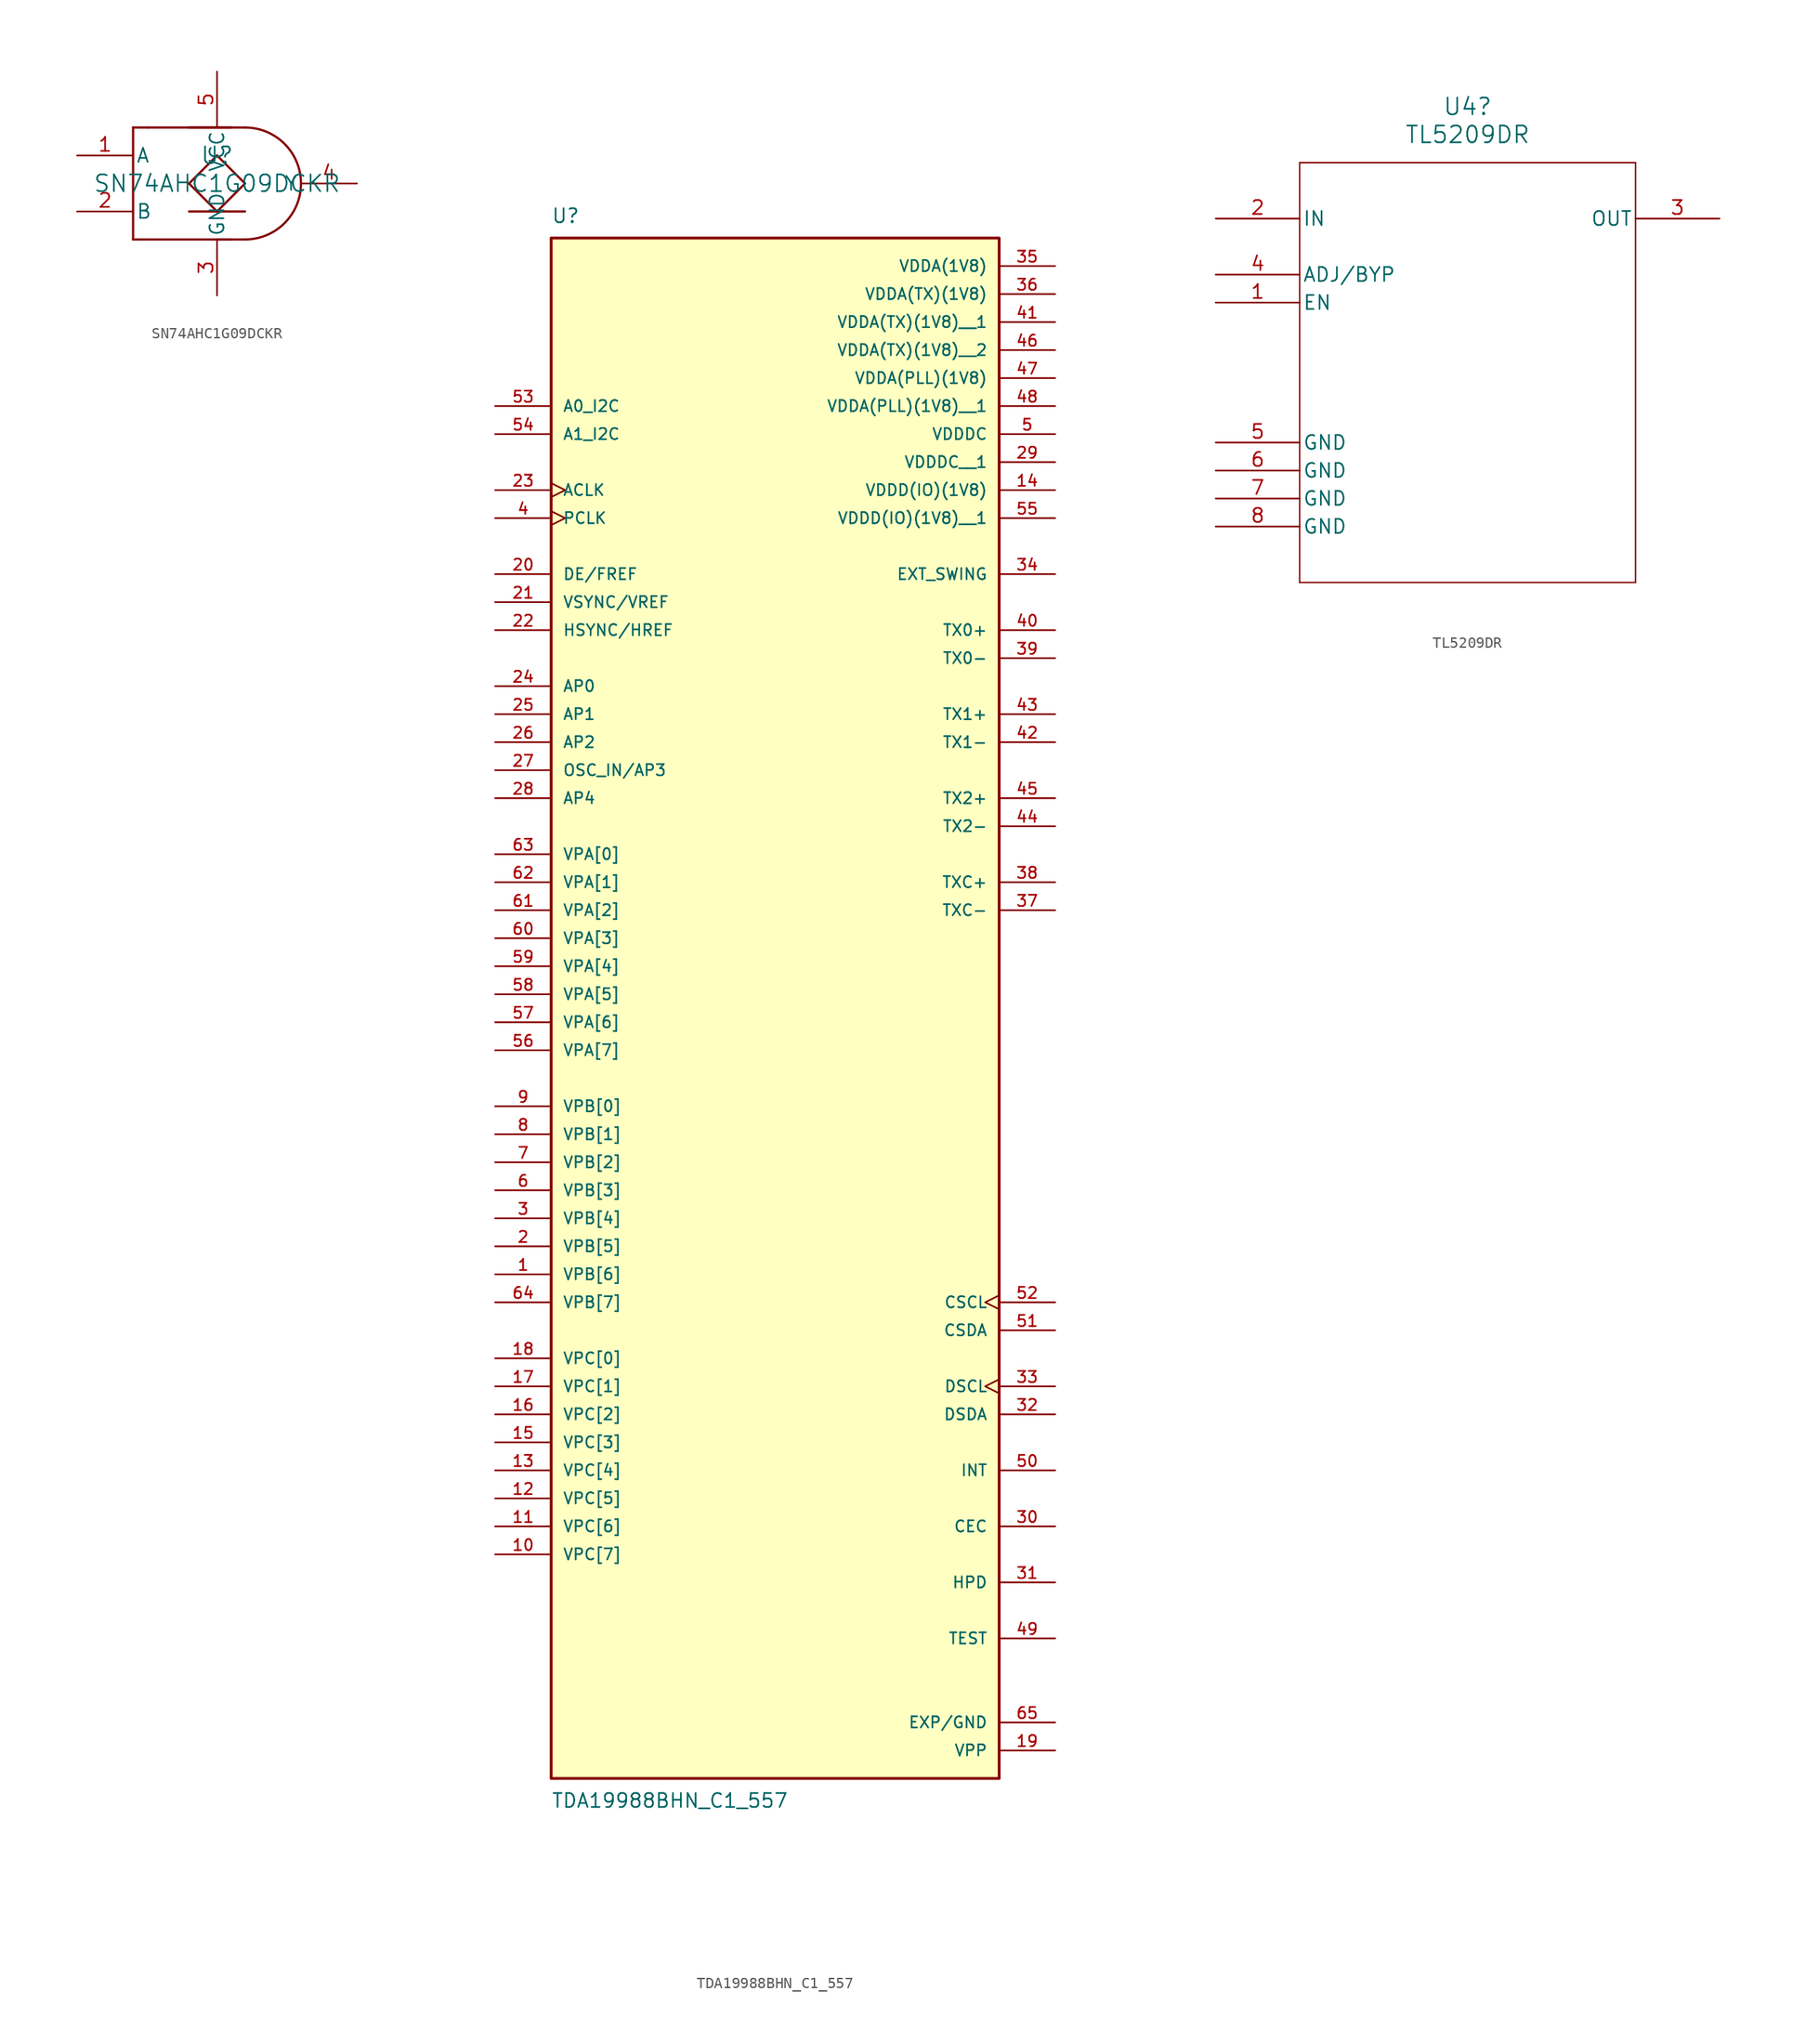
<source format=kicad_sym>
(kicad_symbol_lib
  (version 20231120)
  (generator "kicad_symbol_editor")
  (generator_version "8.0")
  (symbol "SN74AHC1G09DCKR"
    (pin_names
      (offset 0.254))
    (property "Reference" "U"
      (at 0 2.54 0)
      (effects (font (size 1.524 1.524))))
    (property "Value" "SN74AHC1G09DCKR"
      (at 0 0 0)
      (effects (font (size 1.524 1.524))))
    (property "ki_locked" ""
      (at 0 0 0)
      (effects (font (size 1.27 1.27))))
    (symbol "SN74AHC1G09DCKR_0_1"
      (polyline (pts (xy -7.62 -5.08) (xy -7.62 5.08)) (stroke (width 0.203) (type default)) (fill (type none)))
      (polyline (pts (xy -7.62 5.08) (xy -6.35 5.08)) (stroke (width 0.203) (type default)) (fill (type none)))
      (polyline (pts (xy -6.35 -5.08) (xy -7.62 -5.08)) (stroke (width 0.203) (type default)) (fill (type none)))
      (polyline (pts (xy -6.35 -5.08) (xy 1.27 -5.08)) (stroke (width 0.203) (type default)) (fill (type none)))
      (polyline (pts (xy -6.35 5.08) (xy 1.27 5.08)) (stroke (width 0.203) (type default)) (fill (type none)))
      (polyline (pts (xy -2.54 -2.54) (xy 2.54 -2.54)) (stroke (width 0.203) (type default)) (fill (type none)))
      (polyline (pts (xy -2.54 0) (xy 0 2.54)) (stroke (width 0.203) (type default)) (fill (type none)))
      (polyline (pts (xy 0 -2.54) (xy -2.54 0)) (stroke (width 0.203) (type default)) (fill (type none)))
      (polyline (pts (xy 0 2.54) (xy 2.54 0)) (stroke (width 0.203) (type default)) (fill (type none)))
      (polyline (pts (xy 2.54 -5.08) (xy 0 -5.08)) (stroke (width 0.203) (type default)) (fill (type none)))
      (polyline (pts (xy 2.54 0) (xy 0 -2.54)) (stroke (width 0.203) (type default)) (fill (type none)))
      (polyline (pts (xy 2.54 5.08) (xy -2.54 5.08)) (stroke (width 0.203) (type default)) (fill (type none)))
      (arc (start 2.54 -5.08) (mid 7.5978 0) (end 2.54 5.08) (stroke (width 0.2032) (type default)) (fill (type none)))
      (pin input line (at -12.7 2.54 0) (length 5.08) (name "A" (effects (font (size 1.27 1.27)))) (number "1" (effects (font (size 1.27 1.27)))))
      (pin input line (at -12.7 -2.54 0) (length 5.08) (name "B" (effects (font (size 1.27 1.27)))) (number "2" (effects (font (size 1.27 1.27)))))
      (pin power_in line (at 0 -10.16 90) (length 5.08) (name "GND" (effects (font (size 1.27 1.27)))) (number "3" (effects (font (size 1.27 1.27)))))
      (pin open_collector line (at 12.7 0 180) (length 5.08) (name "Y" (effects (font (size 1.27 1.27)))) (number "4" (effects (font (size 1.27 1.27)))))
      (pin power_in line (at 0 10.16 270) (length 5.08) (name "VCC" (effects (font (size 1.27 1.27)))) (number "5" (effects (font (size 1.27 1.27)))))))
  (symbol "TDA19988BHN_C1_557"
    (pin_names
      (offset 1.016))
    (property "Reference" "U"
      (at -20.32 64.77 0)
      (effects (font (size 1.27 1.27)) (justify left bottom)))
    (property "Value" "TDA19988BHN_C1_557"
      (at -20.32 -77.47 0)
      (effects (font (size 1.27 1.27)) (justify left top)))
    (symbol "TDA19988BHN_C1_557_0_0"
      (rectangle (start -20.32 -76.2) (end 20.32 63.5) (stroke (width 0.254) (type default)) (fill (type background)))
      (pin input line (at -25.4 -30.48 0) (length 5.08) (name "VPB[6]" (effects (font (size 1.016 1.016)))) (number "1" (effects (font (size 1.016 1.016)))))
      (pin input line (at -25.4 -55.88 0) (length 5.08) (name "VPC[7]" (effects (font (size 1.016 1.016)))) (number "10" (effects (font (size 1.016 1.016)))))
      (pin input line (at -25.4 -53.34 0) (length 5.08) (name "VPC[6]" (effects (font (size 1.016 1.016)))) (number "11" (effects (font (size 1.016 1.016)))))
      (pin input line (at -25.4 -50.8 0) (length 5.08) (name "VPC[5]" (effects (font (size 1.016 1.016)))) (number "12" (effects (font (size 1.016 1.016)))))
      (pin input line (at -25.4 -48.26 0) (length 5.08) (name "VPC[4]" (effects (font (size 1.016 1.016)))) (number "13" (effects (font (size 1.016 1.016)))))
      (pin power_in line (at 25.4 40.64 180) (length 5.08) (name "VDDD(IO)(1V8)" (effects (font (size 1.016 1.016)))) (number "14" (effects (font (size 1.016 1.016)))))
      (pin input line (at -25.4 -45.72 0) (length 5.08) (name "VPC[3]" (effects (font (size 1.016 1.016)))) (number "15" (effects (font (size 1.016 1.016)))))
      (pin input line (at -25.4 -43.18 0) (length 5.08) (name "VPC[2]" (effects (font (size 1.016 1.016)))) (number "16" (effects (font (size 1.016 1.016)))))
      (pin input line (at -25.4 -40.64 0) (length 5.08) (name "VPC[1]" (effects (font (size 1.016 1.016)))) (number "17" (effects (font (size 1.016 1.016)))))
      (pin input line (at -25.4 -38.1 0) (length 5.08) (name "VPC[0]" (effects (font (size 1.016 1.016)))) (number "18" (effects (font (size 1.016 1.016)))))
      (pin power_in line (at 25.4 -73.66 180) (length 5.08) (name "VPP" (effects (font (size 1.016 1.016)))) (number "19" (effects (font (size 1.016 1.016)))))
      (pin input line (at -25.4 -27.94 0) (length 5.08) (name "VPB[5]" (effects (font (size 1.016 1.016)))) (number "2" (effects (font (size 1.016 1.016)))))
      (pin input line (at -25.4 33.02 0) (length 5.08) (name "DE/FREF" (effects (font (size 1.016 1.016)))) (number "20" (effects (font (size 1.016 1.016)))))
      (pin input line (at -25.4 30.48 0) (length 5.08) (name "VSYNC/VREF" (effects (font (size 1.016 1.016)))) (number "21" (effects (font (size 1.016 1.016)))))
      (pin input line (at -25.4 27.94 0) (length 5.08) (name "HSYNC/HREF" (effects (font (size 1.016 1.016)))) (number "22" (effects (font (size 1.016 1.016)))))
      (pin input clock (at -25.4 40.64 0) (length 5.08) (name "ACLK" (effects (font (size 1.016 1.016)))) (number "23" (effects (font (size 1.016 1.016)))))
      (pin input line (at -25.4 22.86 0) (length 5.08) (name "AP0" (effects (font (size 1.016 1.016)))) (number "24" (effects (font (size 1.016 1.016)))))
      (pin input line (at -25.4 20.32 0) (length 5.08) (name "AP1" (effects (font (size 1.016 1.016)))) (number "25" (effects (font (size 1.016 1.016)))))
      (pin input line (at -25.4 17.78 0) (length 5.08) (name "AP2" (effects (font (size 1.016 1.016)))) (number "26" (effects (font (size 1.016 1.016)))))
      (pin input line (at -25.4 15.24 0) (length 5.08) (name "OSC_IN/AP3" (effects (font (size 1.016 1.016)))) (number "27" (effects (font (size 1.016 1.016)))))
      (pin input line (at -25.4 12.7 0) (length 5.08) (name "AP4" (effects (font (size 1.016 1.016)))) (number "28" (effects (font (size 1.016 1.016)))))
      (pin power_in line (at 25.4 43.18 180) (length 5.08) (name "VDDDC__1" (effects (font (size 1.016 1.016)))) (number "29" (effects (font (size 1.016 1.016)))))
      (pin input line (at -25.4 -25.4 0) (length 5.08) (name "VPB[4]" (effects (font (size 1.016 1.016)))) (number "3" (effects (font (size 1.016 1.016)))))
      (pin bidirectional line (at 25.4 -53.34 180) (length 5.08) (name "CEC" (effects (font (size 1.016 1.016)))) (number "30" (effects (font (size 1.016 1.016)))))
      (pin bidirectional line (at 25.4 -58.42 180) (length 5.08) (name "HPD" (effects (font (size 1.016 1.016)))) (number "31" (effects (font (size 1.016 1.016)))))
      (pin bidirectional line (at 25.4 -43.18 180) (length 5.08) (name "DSDA" (effects (font (size 1.016 1.016)))) (number "32" (effects (font (size 1.016 1.016)))))
      (pin input clock (at 25.4 -40.64 180) (length 5.08) (name "DSCL" (effects (font (size 1.016 1.016)))) (number "33" (effects (font (size 1.016 1.016)))))
      (pin output line (at 25.4 33.02 180) (length 5.08) (name "EXT_SWING" (effects (font (size 1.016 1.016)))) (number "34" (effects (font (size 1.016 1.016)))))
      (pin power_in line (at 25.4 60.96 180) (length 5.08) (name "VDDA(1V8)" (effects (font (size 1.016 1.016)))) (number "35" (effects (font (size 1.016 1.016)))))
      (pin power_in line (at 25.4 58.42 180) (length 5.08) (name "VDDA(TX)(1V8)" (effects (font (size 1.016 1.016)))) (number "36" (effects (font (size 1.016 1.016)))))
      (pin output line (at 25.4 2.54 180) (length 5.08) (name "TXC-" (effects (font (size 1.016 1.016)))) (number "37" (effects (font (size 1.016 1.016)))))
      (pin output line (at 25.4 5.08 180) (length 5.08) (name "TXC+" (effects (font (size 1.016 1.016)))) (number "38" (effects (font (size 1.016 1.016)))))
      (pin output line (at 25.4 25.4 180) (length 5.08) (name "TX0-" (effects (font (size 1.016 1.016)))) (number "39" (effects (font (size 1.016 1.016)))))
      (pin input clock (at -25.4 38.1 0) (length 5.08) (name "PCLK" (effects (font (size 1.016 1.016)))) (number "4" (effects (font (size 1.016 1.016)))))
      (pin output line (at 25.4 27.94 180) (length 5.08) (name "TX0+" (effects (font (size 1.016 1.016)))) (number "40" (effects (font (size 1.016 1.016)))))
      (pin power_in line (at 25.4 55.88 180) (length 5.08) (name "VDDA(TX)(1V8)__1" (effects (font (size 1.016 1.016)))) (number "41" (effects (font (size 1.016 1.016)))))
      (pin output line (at 25.4 17.78 180) (length 5.08) (name "TX1-" (effects (font (size 1.016 1.016)))) (number "42" (effects (font (size 1.016 1.016)))))
      (pin output line (at 25.4 20.32 180) (length 5.08) (name "TX1+" (effects (font (size 1.016 1.016)))) (number "43" (effects (font (size 1.016 1.016)))))
      (pin output line (at 25.4 10.16 180) (length 5.08) (name "TX2-" (effects (font (size 1.016 1.016)))) (number "44" (effects (font (size 1.016 1.016)))))
      (pin output line (at 25.4 12.7 180) (length 5.08) (name "TX2+" (effects (font (size 1.016 1.016)))) (number "45" (effects (font (size 1.016 1.016)))))
      (pin power_in line (at 25.4 53.34 180) (length 5.08) (name "VDDA(TX)(1V8)__2" (effects (font (size 1.016 1.016)))) (number "46" (effects (font (size 1.016 1.016)))))
      (pin power_in line (at 25.4 50.8 180) (length 5.08) (name "VDDA(PLL)(1V8)" (effects (font (size 1.016 1.016)))) (number "47" (effects (font (size 1.016 1.016)))))
      (pin power_in line (at 25.4 48.26 180) (length 5.08) (name "VDDA(PLL)(1V8)__1" (effects (font (size 1.016 1.016)))) (number "48" (effects (font (size 1.016 1.016)))))
      (pin bidirectional line (at 25.4 -63.5 180) (length 5.08) (name "TEST" (effects (font (size 1.016 1.016)))) (number "49" (effects (font (size 1.016 1.016)))))
      (pin power_in line (at 25.4 45.72 180) (length 5.08) (name "VDDDC" (effects (font (size 1.016 1.016)))) (number "5" (effects (font (size 1.016 1.016)))))
      (pin bidirectional line (at 25.4 -48.26 180) (length 5.08) (name "INT" (effects (font (size 1.016 1.016)))) (number "50" (effects (font (size 1.016 1.016)))))
      (pin bidirectional line (at 25.4 -35.56 180) (length 5.08) (name "CSDA" (effects (font (size 1.016 1.016)))) (number "51" (effects (font (size 1.016 1.016)))))
      (pin input clock (at 25.4 -33.02 180) (length 5.08) (name "CSCL" (effects (font (size 1.016 1.016)))) (number "52" (effects (font (size 1.016 1.016)))))
      (pin input line (at -25.4 48.26 0) (length 5.08) (name "A0_I2C" (effects (font (size 1.016 1.016)))) (number "53" (effects (font (size 1.016 1.016)))))
      (pin input line (at -25.4 45.72 0) (length 5.08) (name "A1_I2C" (effects (font (size 1.016 1.016)))) (number "54" (effects (font (size 1.016 1.016)))))
      (pin power_in line (at 25.4 38.1 180) (length 5.08) (name "VDDD(IO)(1V8)__1" (effects (font (size 1.016 1.016)))) (number "55" (effects (font (size 1.016 1.016)))))
      (pin input line (at -25.4 -10.16 0) (length 5.08) (name "VPA[7]" (effects (font (size 1.016 1.016)))) (number "56" (effects (font (size 1.016 1.016)))))
      (pin input line (at -25.4 -7.62 0) (length 5.08) (name "VPA[6]" (effects (font (size 1.016 1.016)))) (number "57" (effects (font (size 1.016 1.016)))))
      (pin input line (at -25.4 -5.08 0) (length 5.08) (name "VPA[5]" (effects (font (size 1.016 1.016)))) (number "58" (effects (font (size 1.016 1.016)))))
      (pin input line (at -25.4 -2.54 0) (length 5.08) (name "VPA[4]" (effects (font (size 1.016 1.016)))) (number "59" (effects (font (size 1.016 1.016)))))
      (pin input line (at -25.4 -22.86 0) (length 5.08) (name "VPB[3]" (effects (font (size 1.016 1.016)))) (number "6" (effects (font (size 1.016 1.016)))))
      (pin input line (at -25.4 0 0) (length 5.08) (name "VPA[3]" (effects (font (size 1.016 1.016)))) (number "60" (effects (font (size 1.016 1.016)))))
      (pin input line (at -25.4 2.54 0) (length 5.08) (name "VPA[2]" (effects (font (size 1.016 1.016)))) (number "61" (effects (font (size 1.016 1.016)))))
      (pin input line (at -25.4 5.08 0) (length 5.08) (name "VPA[1]" (effects (font (size 1.016 1.016)))) (number "62" (effects (font (size 1.016 1.016)))))
      (pin input line (at -25.4 7.62 0) (length 5.08) (name "VPA[0]" (effects (font (size 1.016 1.016)))) (number "63" (effects (font (size 1.016 1.016)))))
      (pin input line (at -25.4 -33.02 0) (length 5.08) (name "VPB[7]" (effects (font (size 1.016 1.016)))) (number "64" (effects (font (size 1.016 1.016)))))
      (pin power_in line (at 25.4 -71.12 180) (length 5.08) (name "EXP/GND" (effects (font (size 1.016 1.016)))) (number "65" (effects (font (size 1.016 1.016)))))
      (pin input line (at -25.4 -20.32 0) (length 5.08) (name "VPB[2]" (effects (font (size 1.016 1.016)))) (number "7" (effects (font (size 1.016 1.016)))))
      (pin input line (at -25.4 -17.78 0) (length 5.08) (name "VPB[1]" (effects (font (size 1.016 1.016)))) (number "8" (effects (font (size 1.016 1.016)))))
      (pin input line (at -25.4 -15.24 0) (length 5.08) (name "VPB[0]" (effects (font (size 1.016 1.016)))) (number "9" (effects (font (size 1.016 1.016)))))))
  (symbol "TL5209DR"
    (pin_names
      (offset 0.254))
    (property "Reference" "U4"
      (at 22.86 10.16 0)
      (effects (font (size 1.524 1.524))))
    (property "Value" "TL5209DR"
      (at 22.86 7.62 0)
      (effects (font (size 1.524 1.524))))
    (property "ki_locked" ""
      (at 0 0 0)
      (effects (font (size 1.27 1.27))))
    (symbol "TL5209DR_0_1"
      (polyline (pts (xy 7.62 -33.02) (xy 38.1 -33.02)) (stroke (width 0.127) (type default)) (fill (type none)))
      (polyline (pts (xy 7.62 5.08) (xy 7.62 -33.02)) (stroke (width 0.127) (type default)) (fill (type none)))
      (polyline (pts (xy 38.1 -33.02) (xy 38.1 5.08)) (stroke (width 0.127) (type default)) (fill (type none)))
      (polyline (pts (xy 38.1 5.08) (xy 7.62 5.08)) (stroke (width 0.127) (type default)) (fill (type none)))
      (pin input line (at 0 0 0) (length 7.62) (name "IN" (effects (font (size 1.27 1.27)))) (number "2" (effects (font (size 1.27 1.27)))))
      (pin power_in line (at 0 -20.32 0) (length 7.62) (name "GND" (effects (font (size 1.27 1.27)))) (number "5" (effects (font (size 1.27 1.27)))))
      (pin power_in line (at 0 -22.86 0) (length 7.62) (name "GND" (effects (font (size 1.27 1.27)))) (number "6" (effects (font (size 1.27 1.27)))))
      (pin power_in line (at 0 -25.4 0) (length 7.62) (name "GND" (effects (font (size 1.27 1.27)))) (number "7" (effects (font (size 1.27 1.27)))))
      (pin power_in line (at 0 -27.94 0) (length 7.62) (name "GND" (effects (font (size 1.27 1.27)))) (number "8" (effects (font (size 1.27 1.27))))))
    (symbol "TL5209DR_1_1"
      (pin input line (at 0 -7.62 0) (length 7.62) (name "EN" (effects (font (size 1.27 1.27)))) (number "1" (effects (font (size 1.27 1.27)))))
      (pin power_out line (at 45.72 0 180) (length 7.62) (name "OUT" (effects (font (size 1.27 1.27)))) (number "3" (effects (font (size 1.27 1.27)))))
      (pin input line (at 0 -5.08 0) (length 7.62) (name "ADJ/BYP" (effects (font (size 1.27 1.27)))) (number "4" (effects (font (size 1.27 1.27))))))))
</source>
